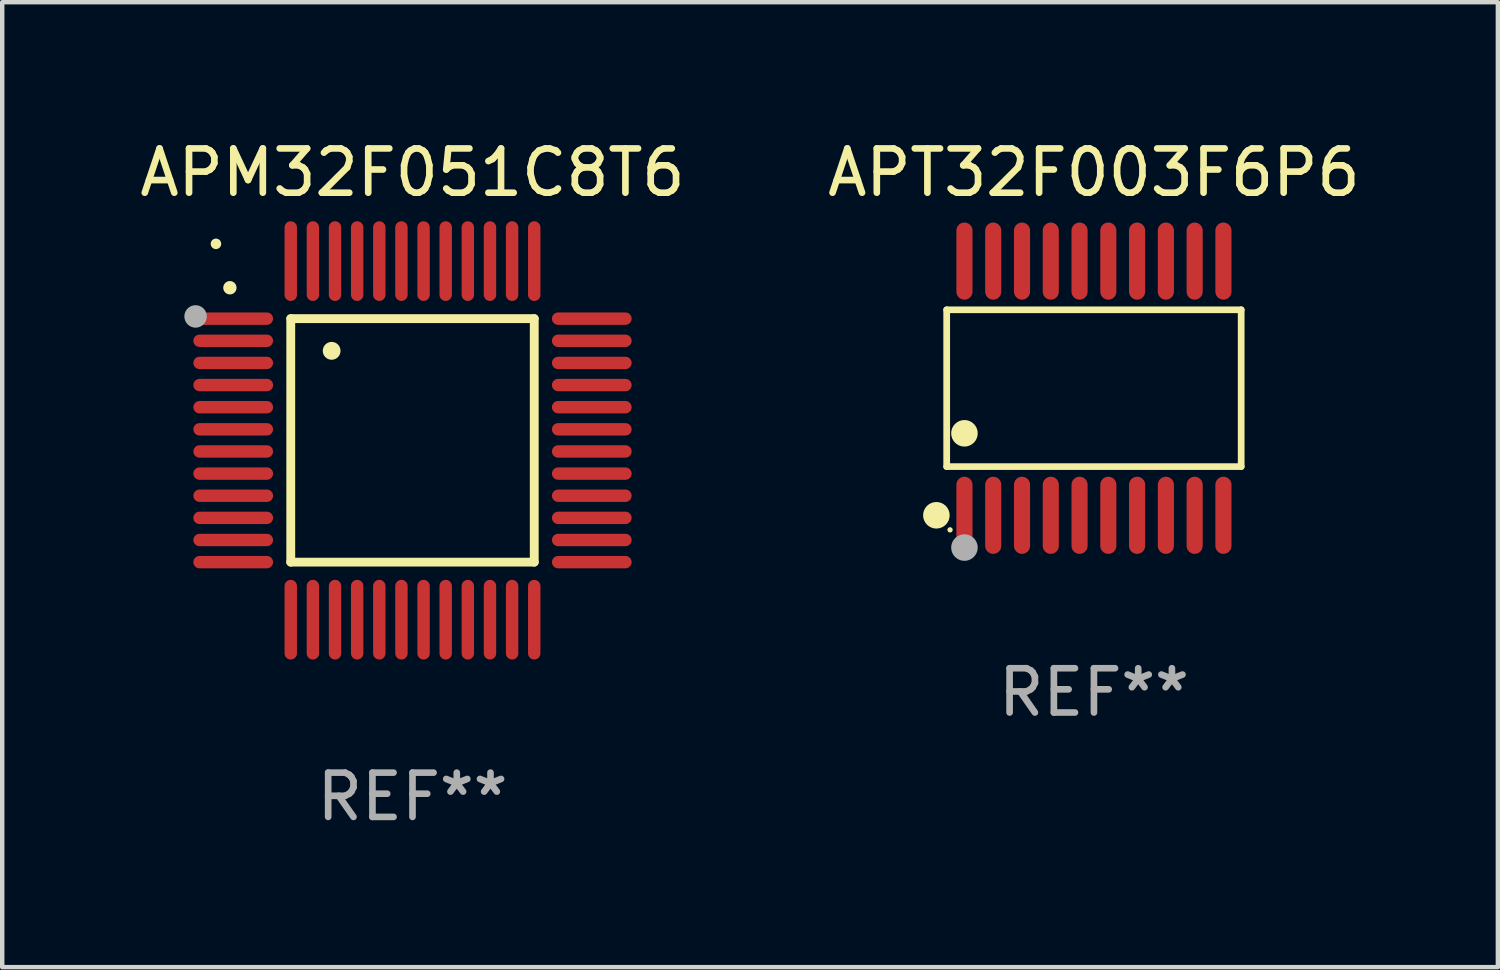
<source format=kicad_pcb>
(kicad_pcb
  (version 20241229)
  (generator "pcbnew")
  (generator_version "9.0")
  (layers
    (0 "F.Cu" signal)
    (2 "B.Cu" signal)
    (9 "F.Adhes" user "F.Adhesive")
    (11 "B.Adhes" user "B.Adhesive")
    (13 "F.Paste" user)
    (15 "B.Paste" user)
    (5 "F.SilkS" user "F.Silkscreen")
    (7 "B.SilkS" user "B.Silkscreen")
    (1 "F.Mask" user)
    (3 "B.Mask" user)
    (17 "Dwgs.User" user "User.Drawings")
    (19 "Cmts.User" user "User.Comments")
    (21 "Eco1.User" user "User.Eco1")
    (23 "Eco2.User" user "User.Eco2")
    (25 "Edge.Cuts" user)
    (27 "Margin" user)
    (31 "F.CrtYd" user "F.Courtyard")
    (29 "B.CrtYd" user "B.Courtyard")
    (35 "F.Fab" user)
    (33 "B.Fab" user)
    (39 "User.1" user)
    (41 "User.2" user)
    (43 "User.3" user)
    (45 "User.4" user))
  (footprint "APM32F051C8T6"
    (layer "F.Cu")
    (at 6.268 6.898)
    (property "Reference" "APM32F051C8T6" (at 0 -6.05 0) (layer "F.SilkS") (effects (font (size 1 1) (thickness 0.15))))
    (attr through_hole)
    (fp_line (start -2.75 -2.75) (end 2.75 -2.75) (stroke (width 0.2) (type solid)) (layer "F.SilkS"))
    (fp_line (start -2.75 2.75) (end -2.75 -2.75) (stroke (width 0.2) (type solid)) (layer "F.SilkS"))
    (fp_line (start 2.75 -2.75) (end 2.75 2.75) (stroke (width 0.2) (type solid)) (layer "F.SilkS"))
    (fp_line (start 2.75 2.75) (end -2.75 2.75) (stroke (width 0.2) (type solid)) (layer "F.SilkS"))
    (fp_arc (start -4.124968 -3.446787) (mid -4.124973 -3.448057) (end -4.124968 -3.449327) (stroke (width 0.3) (type solid)) (layer "F.SilkS"))
    (fp_arc (start -1.826264 -2.021844) (mid -1.826268 -2.023114) (end -1.826264 -2.024384) (stroke (width 0.4) (type solid)) (layer "F.SilkS"))
    (fp_circle (center -4.44 -4.44) (end -4.38 -4.44) (stroke (width 0.12) (type solid)) (fill no) (layer "F.SilkS"))
    (fp_circle (center -4.9 -2.8) (end -4.773 -2.8) (stroke (width 0.254) (type solid)) (fill no) (layer "F.Fab"))
    (fp_text user "REF**" (at 0 8.05 0) (layer "F.Fab") (effects (font (size 1 1) (thickness 0.15))))
    (pad "1" smd oval (at -4.05 -2.75 90) (size 0.28 1.8) (layers "F.Cu" "F.Mask" "F.Paste"))
    (pad "2" smd oval (at -4.05 -2.25 90) (size 0.28 1.8) (layers "F.Cu" "F.Mask" "F.Paste"))
    (pad "3" smd oval (at -4.05 -1.75 90) (size 0.28 1.8) (layers "F.Cu" "F.Mask" "F.Paste"))
    (pad "4" smd oval (at -4.05 -1.25 90) (size 0.28 1.8) (layers "F.Cu" "F.Mask" "F.Paste"))
    (pad "5" smd oval (at -4.05 -0.75 90) (size 0.28 1.8) (layers "F.Cu" "F.Mask" "F.Paste"))
    (pad "6" smd oval (at -4.05 -0.25 90) (size 0.28 1.8) (layers "F.Cu" "F.Mask" "F.Paste"))
    (pad "7" smd oval (at -4.05 0.25 90) (size 0.28 1.8) (layers "F.Cu" "F.Mask" "F.Paste"))
    (pad "8" smd oval (at -4.05 0.75 90) (size 0.28 1.8) (layers "F.Cu" "F.Mask" "F.Paste"))
    (pad "9" smd oval (at -4.05 1.25 90) (size 0.28 1.8) (layers "F.Cu" "F.Mask" "F.Paste"))
    (pad "10" smd oval (at -4.05 1.75 90) (size 0.28 1.8) (layers "F.Cu" "F.Mask" "F.Paste"))
    (pad "11" smd oval (at -4.05 2.25 90) (size 0.28 1.8) (layers "F.Cu" "F.Mask" "F.Paste"))
    (pad "12" smd oval (at -4.05 2.75 90) (size 0.28 1.8) (layers "F.Cu" "F.Mask" "F.Paste"))
    (pad "13" smd oval (at -2.75 4.05) (size 0.28 1.8) (layers "F.Cu" "F.Mask" "F.Paste"))
    (pad "14" smd oval (at -2.25 4.05) (size 0.28 1.8) (layers "F.Cu" "F.Mask" "F.Paste"))
    (pad "15" smd oval (at -1.75 4.05) (size 0.28 1.8) (layers "F.Cu" "F.Mask" "F.Paste"))
    (pad "16" smd oval (at -1.25 4.05) (size 0.28 1.8) (layers "F.Cu" "F.Mask" "F.Paste"))
    (pad "17" smd oval (at -0.75 4.05) (size 0.28 1.8) (layers "F.Cu" "F.Mask" "F.Paste"))
    (pad "18" smd oval (at -0.25 4.05) (size 0.28 1.8) (layers "F.Cu" "F.Mask" "F.Paste"))
    (pad "19" smd oval (at 0.25 4.05) (size 0.28 1.8) (layers "F.Cu" "F.Mask" "F.Paste"))
    (pad "20" smd oval (at 0.75 4.05) (size 0.28 1.8) (layers "F.Cu" "F.Mask" "F.Paste"))
    (pad "21" smd oval (at 1.25 4.05) (size 0.28 1.8) (layers "F.Cu" "F.Mask" "F.Paste"))
    (pad "22" smd oval (at 1.75 4.05) (size 0.28 1.8) (layers "F.Cu" "F.Mask" "F.Paste"))
    (pad "23" smd oval (at 2.25 4.05) (size 0.28 1.8) (layers "F.Cu" "F.Mask" "F.Paste"))
    (pad "24" smd oval (at 2.75 4.05) (size 0.28 1.8) (layers "F.Cu" "F.Mask" "F.Paste"))
    (pad "25" smd oval (at 4.05 2.75 90) (size 0.28 1.8) (layers "F.Cu" "F.Mask" "F.Paste"))
    (pad "26" smd oval (at 4.05 2.25 90) (size 0.28 1.8) (layers "F.Cu" "F.Mask" "F.Paste"))
    (pad "27" smd oval (at 4.05 1.75 90) (size 0.28 1.8) (layers "F.Cu" "F.Mask" "F.Paste"))
    (pad "28" smd oval (at 4.05 1.25 90) (size 0.28 1.8) (layers "F.Cu" "F.Mask" "F.Paste"))
    (pad "29" smd oval (at 4.05 0.75 90) (size 0.28 1.8) (layers "F.Cu" "F.Mask" "F.Paste"))
    (pad "30" smd oval (at 4.05 0.25 90) (size 0.28 1.8) (layers "F.Cu" "F.Mask" "F.Paste"))
    (pad "31" smd oval (at 4.05 -0.25 90) (size 0.28 1.8) (layers "F.Cu" "F.Mask" "F.Paste"))
    (pad "32" smd oval (at 4.05 -0.75 90) (size 0.28 1.8) (layers "F.Cu" "F.Mask" "F.Paste"))
    (pad "33" smd oval (at 4.05 -1.25 90) (size 0.28 1.8) (layers "F.Cu" "F.Mask" "F.Paste"))
    (pad "34" smd oval (at 4.05 -1.75 90) (size 0.28 1.8) (layers "F.Cu" "F.Mask" "F.Paste"))
    (pad "35" smd oval (at 4.05 -2.25 90) (size 0.28 1.8) (layers "F.Cu" "F.Mask" "F.Paste"))
    (pad "36" smd oval (at 4.05 -2.75 90) (size 0.28 1.8) (layers "F.Cu" "F.Mask" "F.Paste"))
    (pad "37" smd oval (at 2.75 -4.05) (size 0.28 1.8) (layers "F.Cu" "F.Mask" "F.Paste"))
    (pad "38" smd oval (at 2.25 -4.05) (size 0.28 1.8) (layers "F.Cu" "F.Mask" "F.Paste"))
    (pad "39" smd oval (at 1.75 -4.05) (size 0.28 1.8) (layers "F.Cu" "F.Mask" "F.Paste"))
    (pad "40" smd oval (at 1.25 -4.05) (size 0.28 1.8) (layers "F.Cu" "F.Mask" "F.Paste"))
    (pad "41" smd oval (at 0.75 -4.05) (size 0.28 1.8) (layers "F.Cu" "F.Mask" "F.Paste"))
    (pad "42" smd oval (at 0.25 -4.05) (size 0.28 1.8) (layers "F.Cu" "F.Mask" "F.Paste"))
    (pad "43" smd oval (at -0.25 -4.05) (size 0.28 1.8) (layers "F.Cu" "F.Mask" "F.Paste"))
    (pad "44" smd oval (at -0.75 -4.05) (size 0.28 1.8) (layers "F.Cu" "F.Mask" "F.Paste"))
    (pad "45" smd oval (at -1.25 -4.05) (size 0.28 1.8) (layers "F.Cu" "F.Mask" "F.Paste"))
    (pad "46" smd oval (at -1.75 -4.05) (size 0.28 1.8) (layers "F.Cu" "F.Mask" "F.Paste"))
    (pad "47" smd oval (at -2.25 -4.05) (size 0.28 1.8) (layers "F.Cu" "F.Mask" "F.Paste"))
    (pad "48" smd oval (at -2.75 -4.05) (size 0.28 1.8) (layers "F.Cu" "F.Mask" "F.Paste")))
  (footprint "APT32F003F6P6"
    (layer "F.Cu")
    (at 21.661 5.719)
    (property "Reference" "APT32F003F6P6" (at 0 -4.871 0) (layer "F.SilkS") (effects (font (size 1 1) (thickness 0.15))))
    (attr through_hole)
    (fp_line (start -3.326 -1.771) (end 3.326 -1.771) (stroke (width 0.152) (type solid)) (layer "F.SilkS"))
    (fp_line (start -3.326 1.771) (end -3.326 -1.771) (stroke (width 0.152) (type solid)) (layer "F.SilkS"))
    (fp_line (start 3.326 -1.771) (end 3.326 1.771) (stroke (width 0.152) (type solid)) (layer "F.SilkS"))
    (fp_line (start 3.326 1.771) (end -3.326 1.771) (stroke (width 0.152) (type solid)) (layer "F.SilkS"))
    (fp_circle (center -3.559 2.871) (end -3.409 2.871) (stroke (width 0.3) (type solid)) (fill no) (layer "F.SilkS"))
    (fp_circle (center -3.25 3.2) (end -3.22 3.2) (stroke (width 0.06) (type solid)) (fill no) (layer "F.SilkS"))
    (fp_circle (center -2.925 1.019) (end -2.775 1.019) (stroke (width 0.3) (type solid)) (fill no) (layer "F.SilkS"))
    (fp_circle (center -2.925 3.6) (end -2.775 3.6) (stroke (width 0.3) (type solid)) (fill no) (layer "F.Fab"))
    (fp_text user "REF**" (at 0 6.871 0) (layer "F.Fab") (effects (font (size 1 1) (thickness 0.15))))
    (pad "1" smd oval (at -2.925 2.871) (size 0.364 1.742) (layers "F.Cu" "F.Mask" "F.Paste"))
    (pad "2" smd oval (at -2.275 2.871) (size 0.364 1.742) (layers "F.Cu" "F.Mask" "F.Paste"))
    (pad "3" smd oval (at -1.625 2.871) (size 0.364 1.742) (layers "F.Cu" "F.Mask" "F.Paste"))
    (pad "4" smd oval (at -0.975 2.871) (size 0.364 1.742) (layers "F.Cu" "F.Mask" "F.Paste"))
    (pad "5" smd oval (at -0.325 2.871) (size 0.364 1.742) (layers "F.Cu" "F.Mask" "F.Paste"))
    (pad "6" smd oval (at 0.325 2.871) (size 0.364 1.742) (layers "F.Cu" "F.Mask" "F.Paste"))
    (pad "7" smd oval (at 0.975 2.871) (size 0.364 1.742) (layers "F.Cu" "F.Mask" "F.Paste"))
    (pad "8" smd oval (at 1.625 2.871) (size 0.364 1.742) (layers "F.Cu" "F.Mask" "F.Paste"))
    (pad "9" smd oval (at 2.275 2.871) (size 0.364 1.742) (layers "F.Cu" "F.Mask" "F.Paste"))
    (pad "10" smd oval (at 2.925 2.871) (size 0.364 1.742) (layers "F.Cu" "F.Mask" "F.Paste"))
    (pad "11" smd oval (at 2.925 -2.871) (size 0.364 1.742) (layers "F.Cu" "F.Mask" "F.Paste"))
    (pad "12" smd oval (at 2.275 -2.871) (size 0.364 1.742) (layers "F.Cu" "F.Mask" "F.Paste"))
    (pad "13" smd oval (at 1.625 -2.871) (size 0.364 1.742) (layers "F.Cu" "F.Mask" "F.Paste"))
    (pad "14" smd oval (at 0.975 -2.871) (size 0.364 1.742) (layers "F.Cu" "F.Mask" "F.Paste"))
    (pad "15" smd oval (at 0.325 -2.871) (size 0.364 1.742) (layers "F.Cu" "F.Mask" "F.Paste"))
    (pad "16" smd oval (at -0.325 -2.871) (size 0.364 1.742) (layers "F.Cu" "F.Mask" "F.Paste"))
    (pad "17" smd oval (at -0.975 -2.871) (size 0.364 1.742) (layers "F.Cu" "F.Mask" "F.Paste"))
    (pad "18" smd oval (at -1.625 -2.871) (size 0.364 1.742) (layers "F.Cu" "F.Mask" "F.Paste"))
    (pad "19" smd oval (at -2.275 -2.871) (size 0.364 1.742) (layers "F.Cu" "F.Mask" "F.Paste"))
    (pad "20" smd oval (at -2.925 -2.871) (size 0.364 1.742) (layers "F.Cu" "F.Mask" "F.Paste")))
  (gr_rect
    (start -3 -3)
    (end 30.786 18.797)
    (stroke (width 0.1) (type default))
    (fill no)
    (layer "Edge.Cuts")))
</source>
